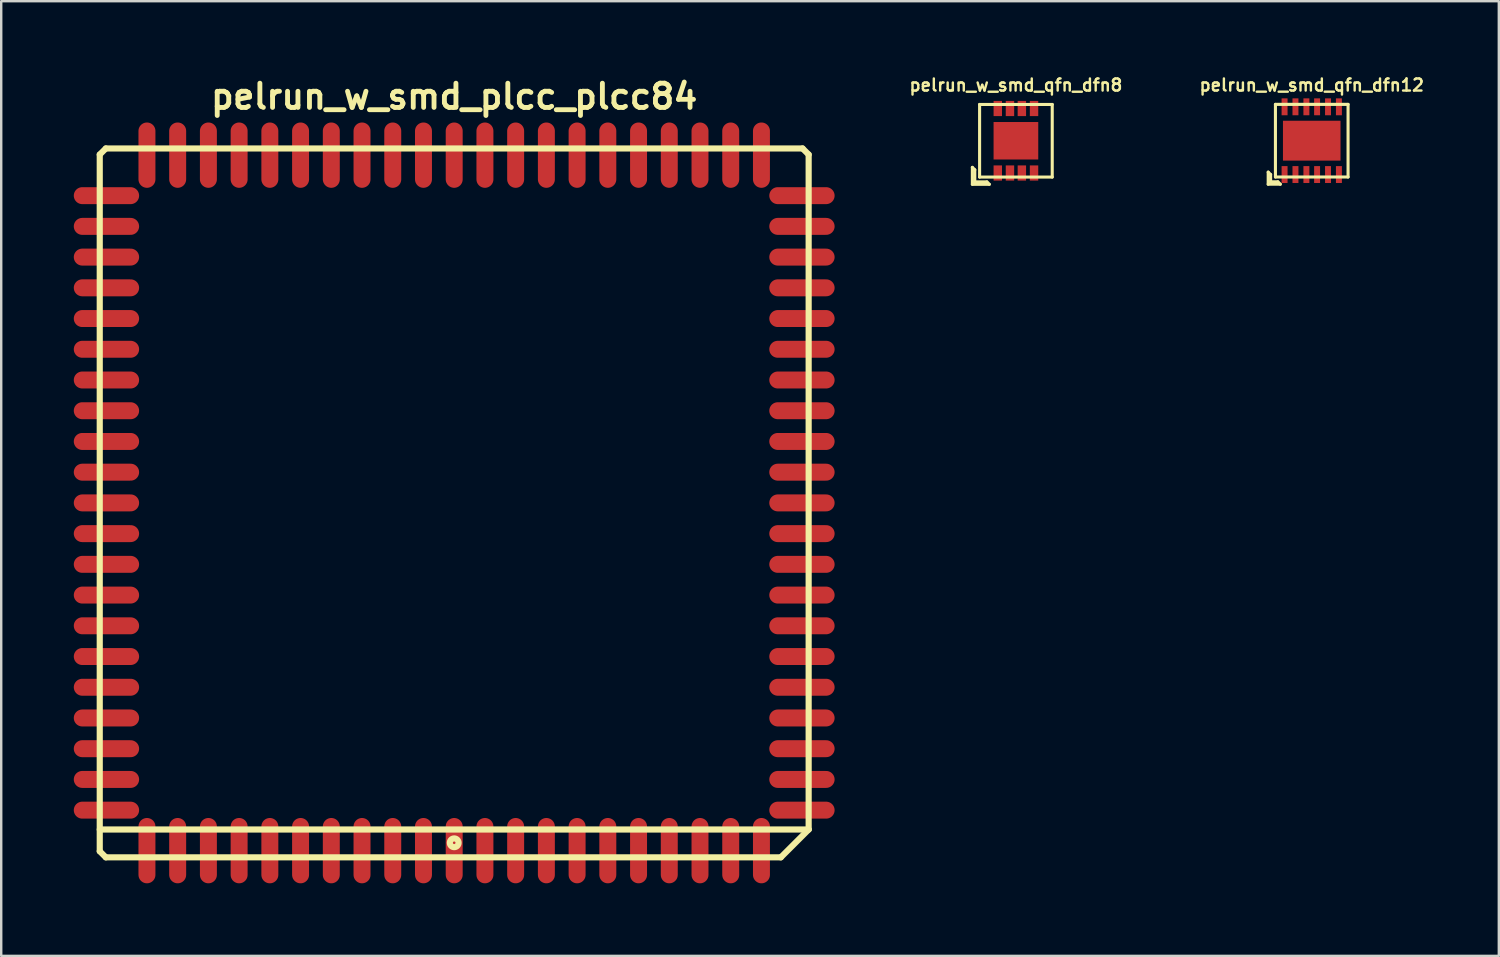
<source format=kicad_pcb>
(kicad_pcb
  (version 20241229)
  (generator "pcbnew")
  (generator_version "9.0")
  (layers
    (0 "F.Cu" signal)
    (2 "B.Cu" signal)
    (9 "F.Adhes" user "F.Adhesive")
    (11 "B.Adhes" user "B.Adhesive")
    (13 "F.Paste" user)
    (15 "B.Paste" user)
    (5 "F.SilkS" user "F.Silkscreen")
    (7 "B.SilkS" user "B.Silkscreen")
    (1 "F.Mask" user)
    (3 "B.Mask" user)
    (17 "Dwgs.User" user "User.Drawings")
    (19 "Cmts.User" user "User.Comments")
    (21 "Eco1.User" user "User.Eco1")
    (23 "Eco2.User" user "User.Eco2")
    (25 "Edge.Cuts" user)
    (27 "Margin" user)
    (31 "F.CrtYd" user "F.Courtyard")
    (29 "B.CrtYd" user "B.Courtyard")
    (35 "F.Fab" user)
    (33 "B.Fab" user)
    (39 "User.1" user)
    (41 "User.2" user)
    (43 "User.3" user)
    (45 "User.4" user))
  (footprint "pelrun_w_smd_qfn_dfn12"
    (layer "F.Cu")
    (at 51.17 2.765)
    (property "Reference" "pelrun_w_smd_qfn_dfn12" (at 0 -2.299 0) (layer "F.SilkS") (effects (font (size 0.5 0.5) (thickness 0.099))))
    (attr through_hole)
    (fp_line (start -1.8 1.3) (end -1.8 1.8) (stroke (width 0.127) (type solid)) (layer "F.SilkS"))
    (fp_line (start -1.7 1.4) (end -1.8 1.3) (stroke (width 0.127) (type solid)) (layer "F.SilkS"))
    (fp_line (start -1.7 1.7) (end -1.7 1.4) (stroke (width 0.127) (type solid)) (layer "F.SilkS"))
    (fp_line (start -1.501 -1.501) (end 1.501 -1.501) (stroke (width 0.127) (type solid)) (layer "F.SilkS"))
    (fp_line (start -1.501 1.501) (end -1.501 -1.501) (stroke (width 0.127) (type solid)) (layer "F.SilkS"))
    (fp_line (start -1.4 1.7) (end -1.7 1.7) (stroke (width 0.127) (type solid)) (layer "F.SilkS"))
    (fp_line (start -1.4 1.7) (end -1.3 1.8) (stroke (width 0.127) (type solid)) (layer "F.SilkS"))
    (fp_line (start -1.3 1.8) (end -1.8 1.8) (stroke (width 0.127) (type solid)) (layer "F.SilkS"))
    (fp_line (start 1.501 -1.501) (end 1.501 1.501) (stroke (width 0.127) (type solid)) (layer "F.SilkS"))
    (fp_line (start 1.501 1.501) (end -1.501 1.501) (stroke (width 0.127) (type solid)) (layer "F.SilkS"))
    (pad "1" smd rect (at -1.123 1.4) (size 0.246 0.699) (layers "F.Cu" "F.Mask" "F.Paste"))
    (pad "2" smd rect (at -0.673 1.4) (size 0.246 0.699) (layers "F.Cu" "F.Mask" "F.Paste"))
    (pad "3" smd rect (at -0.221 1.4) (size 0.246 0.699) (layers "F.Cu" "F.Mask" "F.Paste"))
    (pad "4" smd rect (at 0.221 1.4) (size 0.246 0.699) (layers "F.Cu" "F.Mask" "F.Paste"))
    (pad "5" smd rect (at 0.673 1.4) (size 0.246 0.699) (layers "F.Cu" "F.Mask" "F.Paste"))
    (pad "6" smd rect (at 1.123 1.4) (size 0.246 0.699) (layers "F.Cu" "F.Mask" "F.Paste"))
    (pad "7" smd rect (at 1.123 -1.4) (size 0.246 0.699) (layers "F.Cu" "F.Mask" "F.Paste"))
    (pad "8" smd rect (at 0.673 -1.4) (size 0.246 0.699) (layers "F.Cu" "F.Mask" "F.Paste"))
    (pad "9" smd rect (at 0.221 -1.4) (size 0.246 0.699) (layers "F.Cu" "F.Mask" "F.Paste"))
    (pad "10" smd rect (at -0.221 -1.4) (size 0.246 0.699) (layers "F.Cu" "F.Mask" "F.Paste"))
    (pad "11" smd rect (at -0.673 -1.4) (size 0.246 0.699) (layers "F.Cu" "F.Mask" "F.Paste"))
    (pad "12" smd rect (at -1.123 -1.4) (size 0.246 0.699) (layers "F.Cu" "F.Mask" "F.Paste"))
    (pad "13" smd rect (at 0 0) (size 2.38 1.648) (layers "F.Cu" "F.Mask" "F.Paste")))
  (footprint "pelrun_w_smd_plcc_plcc84"
    (layer "F.Cu")
    (at 15.724 17.737)
    (property "Reference" "pelrun_w_smd_plcc_plcc84" (at 0 -16.8 0) (layer "F.SilkS") (effects (font (size 1.001 1.001) (thickness 0.201))))
    (attr through_hole)
    (fp_line (start -14.651 -14.399) (end -14.399 -14.651) (stroke (width 0.254) (type solid)) (layer "F.SilkS"))
    (fp_line (start -14.651 14.399) (end -14.651 -14.399) (stroke (width 0.254) (type solid)) (layer "F.SilkS"))
    (fp_line (start -14.399 -14.651) (end 14.399 -14.651) (stroke (width 0.254) (type solid)) (layer "F.SilkS"))
    (fp_line (start -14.399 14.651) (end -14.651 14.399) (stroke (width 0.254) (type solid)) (layer "F.SilkS"))
    (fp_line (start 13.5 14.651) (end -14.399 14.651) (stroke (width 0.254) (type solid)) (layer "F.SilkS"))
    (fp_line (start 14.399 -14.651) (end 14.651 -14.399) (stroke (width 0.254) (type solid)) (layer "F.SilkS"))
    (fp_line (start 14.651 -14.399) (end 14.651 13.5) (stroke (width 0.254) (type solid)) (layer "F.SilkS"))
    (fp_line (start 14.651 13.5) (end -14.651 13.5) (stroke (width 0.254) (type solid)) (layer "F.SilkS"))
    (fp_line (start 14.651 13.5) (end 13.5 14.651) (stroke (width 0.254) (type solid)) (layer "F.SilkS"))
    (fp_circle (center 0 14.049) (end -0.15 14.15) (stroke (width 0.254) (type solid)) (fill no) (layer "F.SilkS"))
    (pad "1" smd oval (at 0 14.374) (size 0.701 2.7) (layers "F.Cu" "F.Mask" "F.Paste"))
    (pad "2" smd oval (at 1.27 14.374) (size 0.701 2.7) (layers "F.Cu" "F.Mask" "F.Paste"))
    (pad "3" smd oval (at 2.54 14.374) (size 0.701 2.7) (layers "F.Cu" "F.Mask" "F.Paste"))
    (pad "4" smd oval (at 3.81 14.374) (size 0.701 2.7) (layers "F.Cu" "F.Mask" "F.Paste"))
    (pad "5" smd oval (at 5.08 14.374) (size 0.701 2.7) (layers "F.Cu" "F.Mask" "F.Paste"))
    (pad "6" smd oval (at 6.35 14.374) (size 0.701 2.7) (layers "F.Cu" "F.Mask" "F.Paste"))
    (pad "7" smd oval (at 7.62 14.374) (size 0.701 2.7) (layers "F.Cu" "F.Mask" "F.Paste"))
    (pad "8" smd oval (at 8.89 14.374) (size 0.701 2.7) (layers "F.Cu" "F.Mask" "F.Paste"))
    (pad "9" smd oval (at 10.16 14.374) (size 0.701 2.7) (layers "F.Cu" "F.Mask" "F.Paste"))
    (pad "10" smd oval (at 11.43 14.374) (size 0.701 2.7) (layers "F.Cu" "F.Mask" "F.Paste"))
    (pad "11" smd oval (at 12.7 14.374) (size 0.701 2.7) (layers "F.Cu" "F.Mask" "F.Paste"))
    (pad "12" smd oval (at 14.374 12.7) (size 2.7 0.701) (layers "F.Cu" "F.Mask" "F.Paste"))
    (pad "13" smd oval (at 14.374 11.43) (size 2.7 0.701) (layers "F.Cu" "F.Mask" "F.Paste"))
    (pad "14" smd oval (at 14.374 10.16) (size 2.7 0.701) (layers "F.Cu" "F.Mask" "F.Paste"))
    (pad "15" smd oval (at 14.374 8.89) (size 2.7 0.701) (layers "F.Cu" "F.Mask" "F.Paste"))
    (pad "16" smd oval (at 14.374 7.62) (size 2.7 0.701) (layers "F.Cu" "F.Mask" "F.Paste"))
    (pad "17" smd oval (at 14.374 6.35) (size 2.7 0.701) (layers "F.Cu" "F.Mask" "F.Paste"))
    (pad "18" smd oval (at 14.374 5.08) (size 2.7 0.701) (layers "F.Cu" "F.Mask" "F.Paste"))
    (pad "19" smd oval (at 14.374 3.81) (size 2.7 0.701) (layers "F.Cu" "F.Mask" "F.Paste"))
    (pad "20" smd oval (at 14.374 2.54) (size 2.7 0.701) (layers "F.Cu" "F.Mask" "F.Paste"))
    (pad "21" smd oval (at 14.374 1.27) (size 2.7 0.701) (layers "F.Cu" "F.Mask" "F.Paste"))
    (pad "22" smd oval (at 14.374 0) (size 2.7 0.701) (layers "F.Cu" "F.Mask" "F.Paste"))
    (pad "23" smd oval (at 14.374 -1.27) (size 2.7 0.701) (layers "F.Cu" "F.Mask" "F.Paste"))
    (pad "24" smd oval (at 14.374 -2.54) (size 2.7 0.701) (layers "F.Cu" "F.Mask" "F.Paste"))
    (pad "25" smd oval (at 14.374 -3.81) (size 2.7 0.701) (layers "F.Cu" "F.Mask" "F.Paste"))
    (pad "26" smd oval (at 14.374 -5.08) (size 2.7 0.701) (layers "F.Cu" "F.Mask" "F.Paste"))
    (pad "27" smd oval (at 14.374 -6.35) (size 2.7 0.701) (layers "F.Cu" "F.Mask" "F.Paste"))
    (pad "28" smd oval (at 14.374 -7.62) (size 2.7 0.701) (layers "F.Cu" "F.Mask" "F.Paste"))
    (pad "29" smd oval (at 14.374 -8.89) (size 2.7 0.701) (layers "F.Cu" "F.Mask" "F.Paste"))
    (pad "30" smd oval (at 14.374 -10.16) (size 2.7 0.701) (layers "F.Cu" "F.Mask" "F.Paste"))
    (pad "31" smd oval (at 14.374 -11.43) (size 2.7 0.701) (layers "F.Cu" "F.Mask" "F.Paste"))
    (pad "32" smd oval (at 14.374 -12.7) (size 2.7 0.701) (layers "F.Cu" "F.Mask" "F.Paste"))
    (pad "33" smd oval (at 12.7 -14.374) (size 0.701 2.7) (layers "F.Cu" "F.Mask" "F.Paste"))
    (pad "34" smd oval (at 11.43 -14.374) (size 0.701 2.7) (layers "F.Cu" "F.Mask" "F.Paste"))
    (pad "35" smd oval (at 10.16 -14.374) (size 0.701 2.7) (layers "F.Cu" "F.Mask" "F.Paste"))
    (pad "36" smd oval (at 8.89 -14.374) (size 0.701 2.7) (layers "F.Cu" "F.Mask" "F.Paste"))
    (pad "37" smd oval (at 7.62 -14.374) (size 0.701 2.7) (layers "F.Cu" "F.Mask" "F.Paste"))
    (pad "38" smd oval (at 6.35 -14.374) (size 0.701 2.7) (layers "F.Cu" "F.Mask" "F.Paste"))
    (pad "39" smd oval (at 5.08 -14.374) (size 0.701 2.7) (layers "F.Cu" "F.Mask" "F.Paste"))
    (pad "40" smd oval (at 3.81 -14.374) (size 0.701 2.7) (layers "F.Cu" "F.Mask" "F.Paste"))
    (pad "41" smd oval (at 2.54 -14.374) (size 0.701 2.7) (layers "F.Cu" "F.Mask" "F.Paste"))
    (pad "42" smd oval (at 1.27 -14.374) (size 0.701 2.7) (layers "F.Cu" "F.Mask" "F.Paste"))
    (pad "43" smd oval (at 0 -14.374) (size 0.701 2.7) (layers "F.Cu" "F.Mask" "F.Paste"))
    (pad "44" smd oval (at -1.27 -14.374) (size 0.701 2.7) (layers "F.Cu" "F.Mask" "F.Paste"))
    (pad "45" smd oval (at -2.54 -14.374) (size 0.701 2.7) (layers "F.Cu" "F.Mask" "F.Paste"))
    (pad "46" smd oval (at -3.81 -14.374) (size 0.701 2.7) (layers "F.Cu" "F.Mask" "F.Paste"))
    (pad "47" smd oval (at -5.08 -14.374) (size 0.701 2.7) (layers "F.Cu" "F.Mask" "F.Paste"))
    (pad "48" smd oval (at -6.35 -14.374) (size 0.701 2.7) (layers "F.Cu" "F.Mask" "F.Paste"))
    (pad "49" smd oval (at -7.62 -14.374) (size 0.701 2.7) (layers "F.Cu" "F.Mask" "F.Paste"))
    (pad "50" smd oval (at -8.89 -14.374) (size 0.701 2.7) (layers "F.Cu" "F.Mask" "F.Paste"))
    (pad "51" smd oval (at -10.16 -14.374) (size 0.701 2.7) (layers "F.Cu" "F.Mask" "F.Paste"))
    (pad "52" smd oval (at -11.43 -14.374) (size 0.701 2.7) (layers "F.Cu" "F.Mask" "F.Paste"))
    (pad "53" smd oval (at -12.7 -14.374) (size 0.701 2.7) (layers "F.Cu" "F.Mask" "F.Paste"))
    (pad "54" smd oval (at -14.374 -12.7) (size 2.7 0.701) (layers "F.Cu" "F.Mask" "F.Paste"))
    (pad "55" smd oval (at -14.374 -11.43) (size 2.7 0.701) (layers "F.Cu" "F.Mask" "F.Paste"))
    (pad "56" smd oval (at -14.374 -10.16) (size 2.7 0.701) (layers "F.Cu" "F.Mask" "F.Paste"))
    (pad "57" smd oval (at -14.374 -8.89) (size 2.7 0.701) (layers "F.Cu" "F.Mask" "F.Paste"))
    (pad "58" smd oval (at -14.374 -7.62) (size 2.7 0.701) (layers "F.Cu" "F.Mask" "F.Paste"))
    (pad "59" smd oval (at -14.374 -6.35) (size 2.7 0.701) (layers "F.Cu" "F.Mask" "F.Paste"))
    (pad "60" smd oval (at -14.374 -5.08) (size 2.7 0.701) (layers "F.Cu" "F.Mask" "F.Paste"))
    (pad "61" smd oval (at -14.374 -3.81) (size 2.7 0.701) (layers "F.Cu" "F.Mask" "F.Paste"))
    (pad "62" smd oval (at -14.374 -2.54) (size 2.7 0.701) (layers "F.Cu" "F.Mask" "F.Paste"))
    (pad "63" smd oval (at -14.374 -1.27) (size 2.7 0.701) (layers "F.Cu" "F.Mask" "F.Paste"))
    (pad "64" smd oval (at -14.374 0) (size 2.7 0.701) (layers "F.Cu" "F.Mask" "F.Paste"))
    (pad "65" smd oval (at -14.374 1.27) (size 2.7 0.701) (layers "F.Cu" "F.Mask" "F.Paste"))
    (pad "66" smd oval (at -14.374 2.54) (size 2.7 0.701) (layers "F.Cu" "F.Mask" "F.Paste"))
    (pad "67" smd oval (at -14.374 3.81) (size 2.7 0.701) (layers "F.Cu" "F.Mask" "F.Paste"))
    (pad "68" smd oval (at -14.374 5.08) (size 2.7 0.701) (layers "F.Cu" "F.Mask" "F.Paste"))
    (pad "69" smd oval (at -14.374 6.35) (size 2.7 0.701) (layers "F.Cu" "F.Mask" "F.Paste"))
    (pad "70" smd oval (at -14.374 7.62) (size 2.7 0.701) (layers "F.Cu" "F.Mask" "F.Paste"))
    (pad "71" smd oval (at -14.374 8.89) (size 2.7 0.701) (layers "F.Cu" "F.Mask" "F.Paste"))
    (pad "72" smd oval (at -14.374 10.16) (size 2.7 0.701) (layers "F.Cu" "F.Mask" "F.Paste"))
    (pad "73" smd oval (at -14.374 11.43) (size 2.7 0.701) (layers "F.Cu" "F.Mask" "F.Paste"))
    (pad "74" smd oval (at -14.374 12.7) (size 2.7 0.701) (layers "F.Cu" "F.Mask" "F.Paste"))
    (pad "75" smd oval (at -12.7 14.374) (size 0.701 2.7) (layers "F.Cu" "F.Mask" "F.Paste"))
    (pad "76" smd oval (at -11.43 14.374) (size 0.701 2.7) (layers "F.Cu" "F.Mask" "F.Paste"))
    (pad "77" smd oval (at -10.16 14.374) (size 0.701 2.7) (layers "F.Cu" "F.Mask" "F.Paste"))
    (pad "78" smd oval (at -8.89 14.374) (size 0.701 2.7) (layers "F.Cu" "F.Mask" "F.Paste"))
    (pad "79" smd oval (at -7.62 14.374) (size 0.701 2.7) (layers "F.Cu" "F.Mask" "F.Paste"))
    (pad "80" smd oval (at -6.35 14.374) (size 0.701 2.7) (layers "F.Cu" "F.Mask" "F.Paste"))
    (pad "81" smd oval (at -5.08 14.374) (size 0.701 2.7) (layers "F.Cu" "F.Mask" "F.Paste"))
    (pad "82" smd oval (at -3.81 14.374) (size 0.701 2.7) (layers "F.Cu" "F.Mask" "F.Paste"))
    (pad "83" smd oval (at -2.54 14.374) (size 0.701 2.7) (layers "F.Cu" "F.Mask" "F.Paste"))
    (pad "84" smd oval (at -1.27 14.374) (size 0.701 2.7) (layers "F.Cu" "F.Mask" "F.Paste")))
  (footprint "pelrun_w_smd_qfn_dfn8"
    (layer "F.Cu")
    (at 38.942 2.768)
    (property "Reference" "pelrun_w_smd_qfn_dfn8" (at 0 -2.301 0) (layer "F.SilkS") (effects (font (size 0.5 0.5) (thickness 0.099))))
    (attr through_hole)
    (fp_line (start -1.8 1.1) (end -1.8 1.8) (stroke (width 0.127) (type solid)) (layer "F.SilkS"))
    (fp_line (start -1.7 1.2) (end -1.8 1.1) (stroke (width 0.127) (type solid)) (layer "F.SilkS"))
    (fp_line (start -1.7 1.7) (end -1.7 1.2) (stroke (width 0.127) (type solid)) (layer "F.SilkS"))
    (fp_line (start -1.7 1.7) (end -1.2 1.7) (stroke (width 0.127) (type solid)) (layer "F.SilkS"))
    (fp_line (start -1.501 -1.501) (end 1.501 -1.501) (stroke (width 0.127) (type solid)) (layer "F.SilkS"))
    (fp_line (start -1.501 1.501) (end -1.501 -1.501) (stroke (width 0.127) (type solid)) (layer "F.SilkS"))
    (fp_line (start -1.2 1.7) (end -1.1 1.8) (stroke (width 0.127) (type solid)) (layer "F.SilkS"))
    (fp_line (start -1.1 1.8) (end -1.8 1.8) (stroke (width 0.127) (type solid)) (layer "F.SilkS"))
    (fp_line (start 1.501 -1.501) (end 1.501 1.501) (stroke (width 0.127) (type solid)) (layer "F.SilkS"))
    (fp_line (start 1.501 1.501) (end -1.501 1.501) (stroke (width 0.127) (type solid)) (layer "F.SilkS"))
    (pad "1" smd rect (at -0.749 1.333) (size 0.348 0.627) (layers "F.Cu" "F.Mask" "F.Paste"))
    (pad "2" smd rect (at -0.246 1.333) (size 0.348 0.627) (layers "F.Cu" "F.Mask" "F.Paste"))
    (pad "3" smd rect (at 0.246 1.333) (size 0.348 0.627) (layers "F.Cu" "F.Mask" "F.Paste"))
    (pad "4" smd rect (at 0.749 1.333) (size 0.348 0.627) (layers "F.Cu" "F.Mask" "F.Paste"))
    (pad "5" smd rect (at 0.749 -1.333) (size 0.348 0.627) (layers "F.Cu" "F.Mask" "F.Paste"))
    (pad "6" smd rect (at 0.246 -1.333) (size 0.348 0.627) (layers "F.Cu" "F.Mask" "F.Paste"))
    (pad "7" smd rect (at -0.246 -1.333) (size 0.348 0.627) (layers "F.Cu" "F.Mask" "F.Paste"))
    (pad "8" smd rect (at -0.749 -1.333) (size 0.348 0.627) (layers "F.Cu" "F.Mask" "F.Paste"))
    (pad "9" smd rect (at 0 0) (size 1.847 1.549) (layers "F.Cu" "F.Mask" "F.Paste")))
  (gr_rect
    (start -3 -3)
    (end 58.903 36.461)
    (stroke (width 0.1) (type default))
    (fill no)
    (layer "Edge.Cuts")))
</source>
